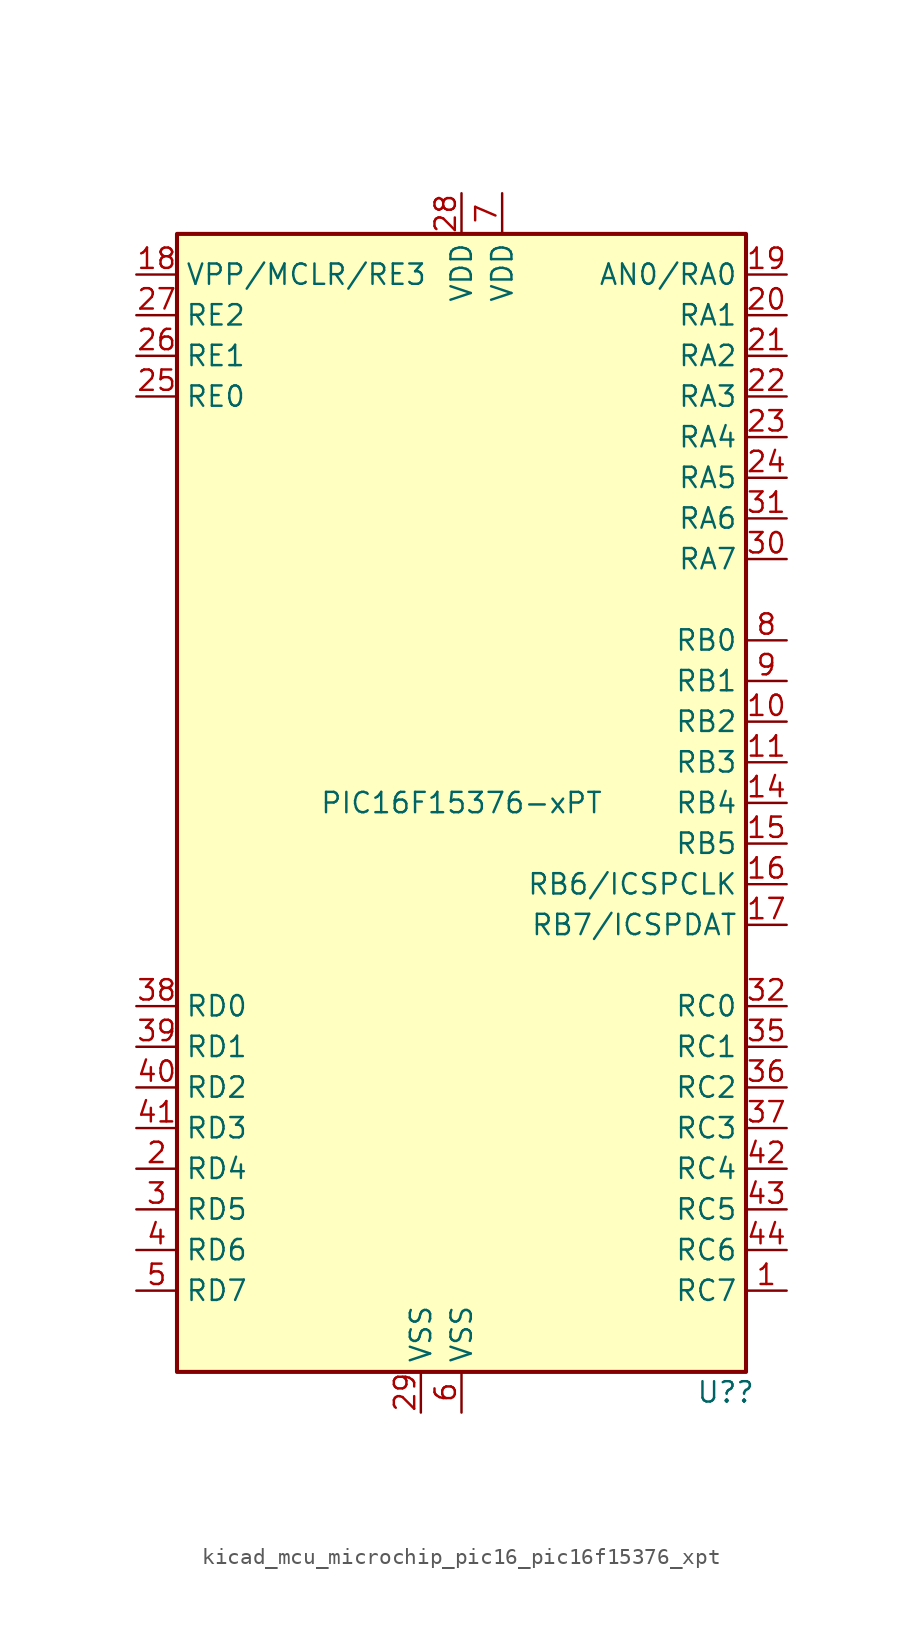
<source format=kicad_sym>
(kicad_symbol_lib
  (version 20220914)
  (generator kicad_symbol_editor)
  (symbol "kicad_mcu_microchip_pic16_pic16f15376_xpt"
    (property "Reference" "U?"
      (at 16.51 -36.83 0)
      (effects (font (size 1.27 1.27))))
    (property "Value" "PIC16F15376-xPT"
      (at 0 0 0)
      (effects (font (size 1.27 1.27))))
    (symbol "kicad_mcu_microchip_pic16_pic16f15376_xpt_0_0"
      (pin no_connect line (at -17.78 5.08 0) (length 2.54) hide (name "NC" (effects (font (size 1.27 1.27)))) (number "12" (effects (font (size 1.27 1.27)))))
      (pin no_connect line (at -17.78 0 0) (length 2.54) hide (name "NC" (effects (font (size 1.27 1.27)))) (number "13" (effects (font (size 1.27 1.27)))))
      (pin no_connect line (at -17.78 2.54 0) (length 2.54) hide (name "NC" (effects (font (size 1.27 1.27)))) (number "33" (effects (font (size 1.27 1.27)))))
      (pin no_connect line (at -17.78 7.62 0) (length 2.54) hide (name "NC" (effects (font (size 1.27 1.27)))) (number "34" (effects (font (size 1.27 1.27))))))
    (symbol "kicad_mcu_microchip_pic16_pic16f15376_xpt_0_1"
      (rectangle (start -17.78 35.56) (end 17.78 -35.56) (stroke (width 0.254) (type default)) (fill (type background))))
    (symbol "kicad_mcu_microchip_pic16_pic16f15376_xpt_1_1"
      (pin bidirectional line (at 20.32 -30.48 180) (length 2.54) (name "RC7" (effects (font (size 1.27 1.27)))) (number "1" (effects (font (size 1.27 1.27)))))
      (pin bidirectional line (at 20.32 5.08 180) (length 2.54) (name "RB2" (effects (font (size 1.27 1.27)))) (number "10" (effects (font (size 1.27 1.27)))))
      (pin bidirectional line (at 20.32 2.54 180) (length 2.54) (name "RB3" (effects (font (size 1.27 1.27)))) (number "11" (effects (font (size 1.27 1.27)))))
      (pin bidirectional line (at 20.32 0 180) (length 2.54) (name "RB4" (effects (font (size 1.27 1.27)))) (number "14" (effects (font (size 1.27 1.27)))))
      (pin bidirectional line (at 20.32 -2.54 180) (length 2.54) (name "RB5" (effects (font (size 1.27 1.27)))) (number "15" (effects (font (size 1.27 1.27)))))
      (pin bidirectional line (at 20.32 -5.08 180) (length 2.54) (name "RB6/ICSPCLK" (effects (font (size 1.27 1.27)))) (number "16" (effects (font (size 1.27 1.27)))))
      (pin bidirectional line (at 20.32 -7.62 180) (length 2.54) (name "RB7/ICSPDAT" (effects (font (size 1.27 1.27)))) (number "17" (effects (font (size 1.27 1.27)))))
      (pin bidirectional line (at -20.32 33.02 0) (length 2.54) (name "VPP/MCLR/RE3" (effects (font (size 1.27 1.27)))) (number "18" (effects (font (size 1.27 1.27)))))
      (pin bidirectional line (at 20.32 33.02 180) (length 2.54) (name "AN0/RA0" (effects (font (size 1.27 1.27)))) (number "19" (effects (font (size 1.27 1.27)))))
      (pin bidirectional line (at -20.32 -22.86 0) (length 2.54) (name "RD4" (effects (font (size 1.27 1.27)))) (number "2" (effects (font (size 1.27 1.27)))))
      (pin bidirectional line (at 20.32 30.48 180) (length 2.54) (name "RA1" (effects (font (size 1.27 1.27)))) (number "20" (effects (font (size 1.27 1.27)))))
      (pin bidirectional line (at 20.32 27.94 180) (length 2.54) (name "RA2" (effects (font (size 1.27 1.27)))) (number "21" (effects (font (size 1.27 1.27)))))
      (pin bidirectional line (at 20.32 25.4 180) (length 2.54) (name "RA3" (effects (font (size 1.27 1.27)))) (number "22" (effects (font (size 1.27 1.27)))))
      (pin bidirectional line (at 20.32 22.86 180) (length 2.54) (name "RA4" (effects (font (size 1.27 1.27)))) (number "23" (effects (font (size 1.27 1.27)))))
      (pin bidirectional line (at 20.32 20.32 180) (length 2.54) (name "RA5" (effects (font (size 1.27 1.27)))) (number "24" (effects (font (size 1.27 1.27)))))
      (pin bidirectional line (at -20.32 25.4 0) (length 2.54) (name "RE0" (effects (font (size 1.27 1.27)))) (number "25" (effects (font (size 1.27 1.27)))))
      (pin bidirectional line (at -20.32 27.94 0) (length 2.54) (name "RE1" (effects (font (size 1.27 1.27)))) (number "26" (effects (font (size 1.27 1.27)))))
      (pin bidirectional line (at -20.32 30.48 0) (length 2.54) (name "RE2" (effects (font (size 1.27 1.27)))) (number "27" (effects (font (size 1.27 1.27)))))
      (pin power_in line (at 0 38.1 270) (length 2.54) (name "VDD" (effects (font (size 1.27 1.27)))) (number "28" (effects (font (size 1.27 1.27)))))
      (pin power_in line (at -2.54 -38.1 90) (length 2.54) (name "VSS" (effects (font (size 1.27 1.27)))) (number "29" (effects (font (size 1.27 1.27)))))
      (pin bidirectional line (at -20.32 -25.4 0) (length 2.54) (name "RD5" (effects (font (size 1.27 1.27)))) (number "3" (effects (font (size 1.27 1.27)))))
      (pin bidirectional line (at 20.32 15.24 180) (length 2.54) (name "RA7" (effects (font (size 1.27 1.27)))) (number "30" (effects (font (size 1.27 1.27)))))
      (pin bidirectional line (at 20.32 17.78 180) (length 2.54) (name "RA6" (effects (font (size 1.27 1.27)))) (number "31" (effects (font (size 1.27 1.27)))))
      (pin bidirectional line (at 20.32 -12.7 180) (length 2.54) (name "RC0" (effects (font (size 1.27 1.27)))) (number "32" (effects (font (size 1.27 1.27)))))
      (pin bidirectional line (at 20.32 -15.24 180) (length 2.54) (name "RC1" (effects (font (size 1.27 1.27)))) (number "35" (effects (font (size 1.27 1.27)))))
      (pin bidirectional line (at 20.32 -17.78 180) (length 2.54) (name "RC2" (effects (font (size 1.27 1.27)))) (number "36" (effects (font (size 1.27 1.27)))))
      (pin bidirectional line (at 20.32 -20.32 180) (length 2.54) (name "RC3" (effects (font (size 1.27 1.27)))) (number "37" (effects (font (size 1.27 1.27)))))
      (pin bidirectional line (at -20.32 -12.7 0) (length 2.54) (name "RD0" (effects (font (size 1.27 1.27)))) (number "38" (effects (font (size 1.27 1.27)))))
      (pin bidirectional line (at -20.32 -15.24 0) (length 2.54) (name "RD1" (effects (font (size 1.27 1.27)))) (number "39" (effects (font (size 1.27 1.27)))))
      (pin bidirectional line (at -20.32 -27.94 0) (length 2.54) (name "RD6" (effects (font (size 1.27 1.27)))) (number "4" (effects (font (size 1.27 1.27)))))
      (pin bidirectional line (at -20.32 -17.78 0) (length 2.54) (name "RD2" (effects (font (size 1.27 1.27)))) (number "40" (effects (font (size 1.27 1.27)))))
      (pin bidirectional line (at -20.32 -20.32 0) (length 2.54) (name "RD3" (effects (font (size 1.27 1.27)))) (number "41" (effects (font (size 1.27 1.27)))))
      (pin bidirectional line (at 20.32 -22.86 180) (length 2.54) (name "RC4" (effects (font (size 1.27 1.27)))) (number "42" (effects (font (size 1.27 1.27)))))
      (pin bidirectional line (at 20.32 -25.4 180) (length 2.54) (name "RC5" (effects (font (size 1.27 1.27)))) (number "43" (effects (font (size 1.27 1.27)))))
      (pin bidirectional line (at 20.32 -27.94 180) (length 2.54) (name "RC6" (effects (font (size 1.27 1.27)))) (number "44" (effects (font (size 1.27 1.27)))))
      (pin bidirectional line (at -20.32 -30.48 0) (length 2.54) (name "RD7" (effects (font (size 1.27 1.27)))) (number "5" (effects (font (size 1.27 1.27)))))
      (pin power_in line (at 0 -38.1 90) (length 2.54) (name "VSS" (effects (font (size 1.27 1.27)))) (number "6" (effects (font (size 1.27 1.27)))))
      (pin power_in line (at 2.54 38.1 270) (length 2.54) (name "VDD" (effects (font (size 1.27 1.27)))) (number "7" (effects (font (size 1.27 1.27)))))
      (pin bidirectional line (at 20.32 10.16 180) (length 2.54) (name "RB0" (effects (font (size 1.27 1.27)))) (number "8" (effects (font (size 1.27 1.27)))))
      (pin bidirectional line (at 20.32 7.62 180) (length 2.54) (name "RB1" (effects (font (size 1.27 1.27)))) (number "9" (effects (font (size 1.27 1.27))))))))
</source>
